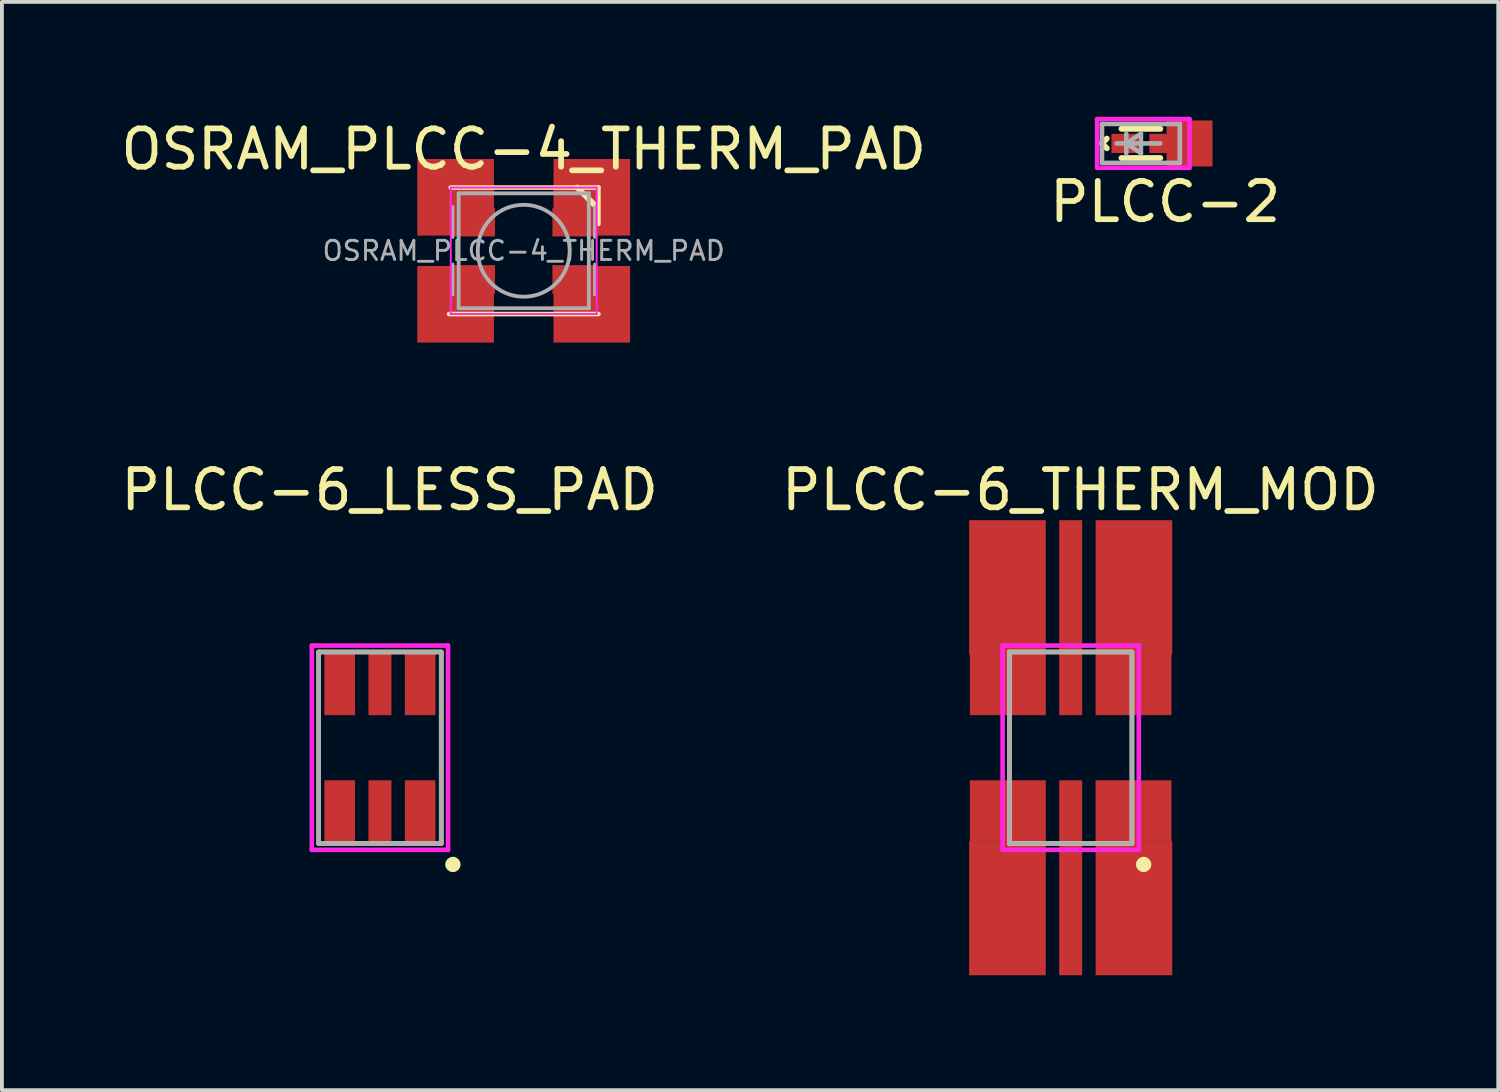
<source format=kicad_pcb>
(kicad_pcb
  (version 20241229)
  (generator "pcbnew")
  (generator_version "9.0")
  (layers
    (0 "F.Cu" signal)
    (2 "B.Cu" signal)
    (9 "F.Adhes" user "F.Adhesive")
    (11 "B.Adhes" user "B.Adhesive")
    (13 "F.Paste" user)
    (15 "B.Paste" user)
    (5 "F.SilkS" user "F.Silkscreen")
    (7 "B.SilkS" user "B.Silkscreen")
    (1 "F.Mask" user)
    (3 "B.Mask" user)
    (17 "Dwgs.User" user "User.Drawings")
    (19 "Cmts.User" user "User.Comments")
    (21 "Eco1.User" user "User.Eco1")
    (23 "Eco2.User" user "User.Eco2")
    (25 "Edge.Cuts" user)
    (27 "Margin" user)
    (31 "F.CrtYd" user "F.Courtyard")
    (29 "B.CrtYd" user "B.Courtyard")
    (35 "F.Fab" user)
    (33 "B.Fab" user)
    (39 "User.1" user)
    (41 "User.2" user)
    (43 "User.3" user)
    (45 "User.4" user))
  (footprint "OSRAM_PLCC-4_THERM_PAD"
    (layer "F.Cu")
    (at 10.625 3.498)
    (property "Reference" "OSRAM_PLCC-4_THERM_PAD" (at 0 -2.65 0) (layer "F.SilkS") (effects (font (size 1 1) (thickness 0.15))))
    (attr smd)
    (fp_line (start -1.95 1.651) (end 1.95 1.651) (stroke (width 0.12) (type solid)) (layer "F.SilkS"))
    (fp_line (start -1.905 -1.651) (end 1.95 -1.651) (stroke (width 0.12) (type solid)) (layer "F.SilkS"))
    (fp_line (start 1.397 -1.651) (end 1.905 -1.143) (stroke (width 0.15) (type solid)) (layer "F.SilkS"))
    (fp_line (start 1.95 -0.7) (end 1.95 -1.651) (stroke (width 0.12) (type solid)) (layer "F.SilkS"))
    (fp_line (start -1.905 -1.651) (end -1.905 1.651) (stroke (width 0.05) (type solid)) (layer "F.CrtYd"))
    (fp_line (start -1.905 1.651) (end 1.905 1.651) (stroke (width 0.05) (type solid)) (layer "F.CrtYd"))
    (fp_line (start 1.905 -1.651) (end -1.905 -1.651) (stroke (width 0.05) (type solid)) (layer "F.CrtYd"))
    (fp_line (start 1.905 1.651) (end 1.905 -1.651) (stroke (width 0.05) (type solid)) (layer "F.CrtYd"))
    (fp_line (start -1.85 -1.15) (end -1.85 -0.35) (stroke (width 0.08) (type solid)) (layer "F.Fab"))
    (fp_line (start -1.85 1.15) (end -1.85 0.35) (stroke (width 0.08) (type solid)) (layer "F.Fab"))
    (fp_line (start -1.7 -1.5) (end 1.7 -1.5) (stroke (width 0.1) (type solid)) (layer "F.Fab"))
    (fp_line (start -1.7 1.5) (end -1.7 -1.5) (stroke (width 0.1) (type solid)) (layer "F.Fab"))
    (fp_line (start -1.7 1.5) (end 1.7 1.5) (stroke (width 0.1) (type solid)) (layer "F.Fab"))
    (fp_line (start 1.7 1.5) (end 1.7 -1.5) (stroke (width 0.1) (type solid)) (layer "F.Fab"))
    (fp_line (start 1.85 -1.15) (end 1.85 -0.35) (stroke (width 0.08) (type solid)) (layer "F.Fab"))
    (fp_line (start 1.85 1.15) (end 1.85 0.35) (stroke (width 0.08) (type solid)) (layer "F.Fab"))
    (fp_circle (center 0 0) (end 1.2 0) (stroke (width 0.1) (type solid)) (fill no) (layer "F.Fab"))
    (fp_text user "${REFERENCE}" (at 0 0 0) (layer "F.Fab") (effects (font (size 0.5 0.5) (thickness 0.075))))
    (pad "1" smd rect (at 1.3 -0.75) (size 1.1 0.75) (layers "F.Cu" "F.Mask" "F.Paste"))
    (pad "1" smd rect (at 1.778 -1.397) (size 2 2) (layers "F.Cu"))
    (pad "2" smd rect (at -1.778 -1.397) (size 2 2) (layers "F.Cu"))
    (pad "2" smd rect (at -1.778 1.397) (size 2 2) (layers "F.Cu"))
    (pad "2" smd rect (at -1.3 -0.75) (size 1.1 0.75) (layers "F.Cu" "F.Mask" "F.Paste"))
    (pad "2" smd rect (at -1.3 0.75) (size 1.1 0.75) (layers "F.Cu" "F.Mask" "F.Paste"))
    (pad "2" smd rect (at 1.3 0.75) (size 1.1 0.75) (layers "F.Cu" "F.Mask" "F.Paste"))
    (pad "2" smd rect (at 1.778 1.397) (size 2 2) (layers "F.Cu")))
  (footprint "PLCC-6_LESS_PAD"
    (layer "F.Cu")
    (at 6.871 16.474)
    (property "Reference" "PLCC-6_LESS_PAD" (at 0.254 -6.731 0) (layer "F.SilkS") (effects (font (size 1 1) (thickness 0.15))))
    (attr through_hole)
    (fp_line (start -1.6 2.5) (end -1.6 -2.5) (stroke (width 0.12) (type solid)) (layer "F.SilkS"))
    (fp_line (start -1.6 2.5) (end 1.6 2.5) (stroke (width 0.12) (type solid)) (layer "F.SilkS"))
    (fp_line (start 1.6 -2.5) (end -1.6 -2.5) (stroke (width 0.12) (type solid)) (layer "F.SilkS"))
    (fp_line (start 1.6 2.5) (end 1.6 -2.5) (stroke (width 0.12) (type solid)) (layer "F.SilkS"))
    (fp_circle (center 1.905 3.048) (end 2.005 3.048) (stroke (width 0.2) (type solid)) (fill no) (layer "F.SilkS"))
    (fp_line (start -1.778 -2.667) (end 1.778 -2.667) (stroke (width 0.12) (type solid)) (layer "F.CrtYd"))
    (fp_line (start -1.778 2.667) (end -1.778 -2.667) (stroke (width 0.12) (type solid)) (layer "F.CrtYd"))
    (fp_line (start 1.778 -2.667) (end 1.778 2.667) (stroke (width 0.12) (type solid)) (layer "F.CrtYd"))
    (fp_line (start 1.778 2.667) (end -1.778 2.667) (stroke (width 0.12) (type solid)) (layer "F.CrtYd"))
    (fp_line (start -1.6 2.5) (end -1.6 -2.5) (stroke (width 0.12) (type solid)) (layer "F.Fab"))
    (fp_line (start -1.6 2.5) (end 1.6 2.5) (stroke (width 0.12) (type solid)) (layer "F.Fab"))
    (fp_line (start 1.6 -2.5) (end -1.6 -2.5) (stroke (width 0.12) (type solid)) (layer "F.Fab"))
    (fp_line (start 1.6 2.5) (end 1.6 -2.5) (stroke (width 0.12) (type solid)) (layer "F.Fab"))
    (pad "" smd rect (at 0 1.65) (size 0.6 1.6) (layers "F.Cu" "F.Mask" "F.Paste"))
    (pad "1" smd rect (at 0 -1.65) (size 0.6 1.6) (layers "F.Cu" "F.Mask" "F.Paste"))
    (pad "2" smd rect (at -1.05 -1.65) (size 0.8 1.6) (layers "F.Cu" "F.Mask" "F.Paste"))
    (pad "2" smd rect (at -1.05 1.65) (size 0.8 1.6) (layers "F.Cu" "F.Mask" "F.Paste"))
    (pad "2" smd rect (at 1.05 -1.65) (size 0.8 1.6) (layers "F.Cu" "F.Mask" "F.Paste"))
    (pad "2" smd rect (at 1.05 1.65) (size 0.8 1.6) (layers "F.Cu" "F.Mask" "F.Paste")))
  (footprint "PLCC-2"
    (layer "F.Cu")
    (at 26.486 0.695)
    (property "Reference" "PLCC-2" (at 0.889 1.524 0) (layer "F.SilkS") (effects (font (size 1 1) (thickness 0.15))))
    (attr through_hole)
    (fp_line (start -0.762 0) (end -0.635 0.127) (stroke (width 0.15) (type solid)) (layer "F.SilkS"))
    (fp_line (start -0.635 -0.127) (end -0.762 0) (stroke (width 0.15) (type solid)) (layer "F.SilkS"))
    (fp_line (start -0.254 -0.381) (end 0.762 -0.381) (stroke (width 0.15) (type solid)) (layer "F.SilkS"))
    (fp_line (start -0.254 0.381) (end 0.762 0.381) (stroke (width 0.15) (type solid)) (layer "F.SilkS"))
    (fp_line (start -0.889 -0.635) (end 1.524 -0.635) (stroke (width 0.12) (type solid)) (layer "F.CrtYd"))
    (fp_line (start -0.889 0.635) (end -0.889 -0.635) (stroke (width 0.12) (type solid)) (layer "F.CrtYd"))
    (fp_line (start 1.524 -0.635) (end 1.524 0.635) (stroke (width 0.12) (type solid)) (layer "F.CrtYd"))
    (fp_line (start 1.524 0.635) (end -0.889 0.635) (stroke (width 0.12) (type solid)) (layer "F.CrtYd"))
    (fp_line (start -0.762 -0.508) (end 1.27 -0.508) (stroke (width 0.12) (type solid)) (layer "F.Fab"))
    (fp_line (start -0.762 0.508) (end -0.762 -0.508) (stroke (width 0.12) (type solid)) (layer "F.Fab"))
    (fp_line (start -0.127 -0.254) (end -0.127 0.254) (stroke (width 0.12) (type solid)) (layer "F.Fab"))
    (fp_line (start -0.127 0) (end 0.254 -0.254) (stroke (width 0.12) (type solid)) (layer "F.Fab"))
    (fp_line (start 0.254 -0.254) (end 0.254 0.254) (stroke (width 0.12) (type solid)) (layer "F.Fab"))
    (fp_line (start 0.254 0.254) (end -0.127 0) (stroke (width 0.12) (type solid)) (layer "F.Fab"))
    (fp_line (start 0.762 0) (end -0.381 0) (stroke (width 0.12) (type solid)) (layer "F.Fab"))
    (fp_line (start 1.27 -0.508) (end 1.27 0.508) (stroke (width 0.12) (type solid)) (layer "F.Fab"))
    (fp_line (start 1.27 0.508) (end -0.762 0.508) (stroke (width 0.12) (type solid)) (layer "F.Fab"))
    (pad "1" smd rect (at -0.165 0) (size 0.7 0.5) (layers "F.Cu" "F.Mask" "F.Paste"))
    (pad "2" smd rect (at 1 0) (size 1.05 0.5) (layers "F.Cu" "F.Mask" "F.Paste"))
    (pad "2" smd rect (at 1.524 0) (size 1.2 1.2) (layers "F.Cu")))
  (footprint "PLCC-6_THERM_MOD"
    (layer "F.Cu")
    (at 24.907 16.474)
    (property "Reference" "PLCC-6_THERM_MOD" (at 0.254 -6.731 0) (layer "F.SilkS") (effects (font (size 1 1) (thickness 0.15))))
    (attr through_hole)
    (fp_line (start -1.6 2.5) (end -1.6 -2.5) (stroke (width 0.12) (type solid)) (layer "F.SilkS"))
    (fp_line (start -1.6 2.5) (end 1.6 2.5) (stroke (width 0.12) (type solid)) (layer "F.SilkS"))
    (fp_line (start 1.6 -2.5) (end -1.6 -2.5) (stroke (width 0.12) (type solid)) (layer "F.SilkS"))
    (fp_line (start 1.6 2.5) (end 1.6 -2.5) (stroke (width 0.12) (type solid)) (layer "F.SilkS"))
    (fp_circle (center 1.905 3.048) (end 2.005 3.048) (stroke (width 0.2) (type solid)) (fill no) (layer "F.SilkS"))
    (fp_line (start -1.778 -2.667) (end 1.778 -2.667) (stroke (width 0.12) (type solid)) (layer "F.CrtYd"))
    (fp_line (start -1.778 2.667) (end -1.778 -2.667) (stroke (width 0.12) (type solid)) (layer "F.CrtYd"))
    (fp_line (start 1.778 -2.667) (end 1.778 2.667) (stroke (width 0.12) (type solid)) (layer "F.CrtYd"))
    (fp_line (start 1.778 2.667) (end -1.778 2.667) (stroke (width 0.12) (type solid)) (layer "F.CrtYd"))
    (fp_line (start -1.6 2.5) (end -1.6 -2.5) (stroke (width 0.12) (type solid)) (layer "F.Fab"))
    (fp_line (start -1.6 2.5) (end 1.6 2.5) (stroke (width 0.12) (type solid)) (layer "F.Fab"))
    (fp_line (start 1.6 -2.5) (end -1.6 -2.5) (stroke (width 0.12) (type solid)) (layer "F.Fab"))
    (fp_line (start 1.6 2.5) (end 1.6 -2.5) (stroke (width 0.12) (type solid)) (layer "F.Fab"))
    (pad "" smd rect (at -2.032 -1.651) (size 1.2 1.6) (layers "F.Cu"))
    (pad "" smd rect (at -2.032 1.651) (size 1.2 1.6) (layers "F.Cu"))
    (pad "" smd rect (at -1.651 -4.191) (size 2 3.5) (layers "F.Cu"))
    (pad "" smd rect (at -1.651 4.191) (size 2 3.5) (layers "F.Cu"))
    (pad "" smd rect (at 0 -4.191) (size 0.6 3.5) (layers "F.Cu"))
    (pad "" smd rect (at 0 1.65) (size 0.6 1.6) (layers "F.Cu" "F.Mask" "F.Paste"))
    (pad "" smd rect (at 0 4.191) (size 0.6 3.5) (layers "F.Cu"))
    (pad "" smd rect (at 1.651 -4.191) (size 2 3.5) (layers "F.Cu"))
    (pad "" smd rect (at 1.651 4.191) (size 2 3.5) (layers "F.Cu"))
    (pad "" smd rect (at 2.032 -1.651) (size 1.2 1.6) (layers "F.Cu"))
    (pad "" smd rect (at 2.032 1.651) (size 1.2 1.6) (layers "F.Cu"))
    (pad "1" smd rect (at -1.05 -1.65) (size 0.8 1.6) (layers "F.Cu" "F.Mask" "F.Paste"))
    (pad "1" smd rect (at -1.05 1.65) (size 0.8 1.6) (layers "F.Cu" "F.Mask" "F.Paste"))
    (pad "1" smd rect (at 1.05 -1.65) (size 0.8 1.6) (layers "F.Cu" "F.Mask" "F.Paste"))
    (pad "1" smd rect (at 1.05 1.65) (size 0.8 1.6) (layers "F.Cu" "F.Mask" "F.Paste"))
    (pad "2" smd rect (at 0 -1.65) (size 0.6 1.6) (layers "F.Cu" "F.Mask" "F.Paste")))
  (gr_rect
    (start -3 -3)
    (end 36.071 25.416)
    (stroke (width 0.1) (type default))
    (fill no)
    (layer "Edge.Cuts")))
</source>
